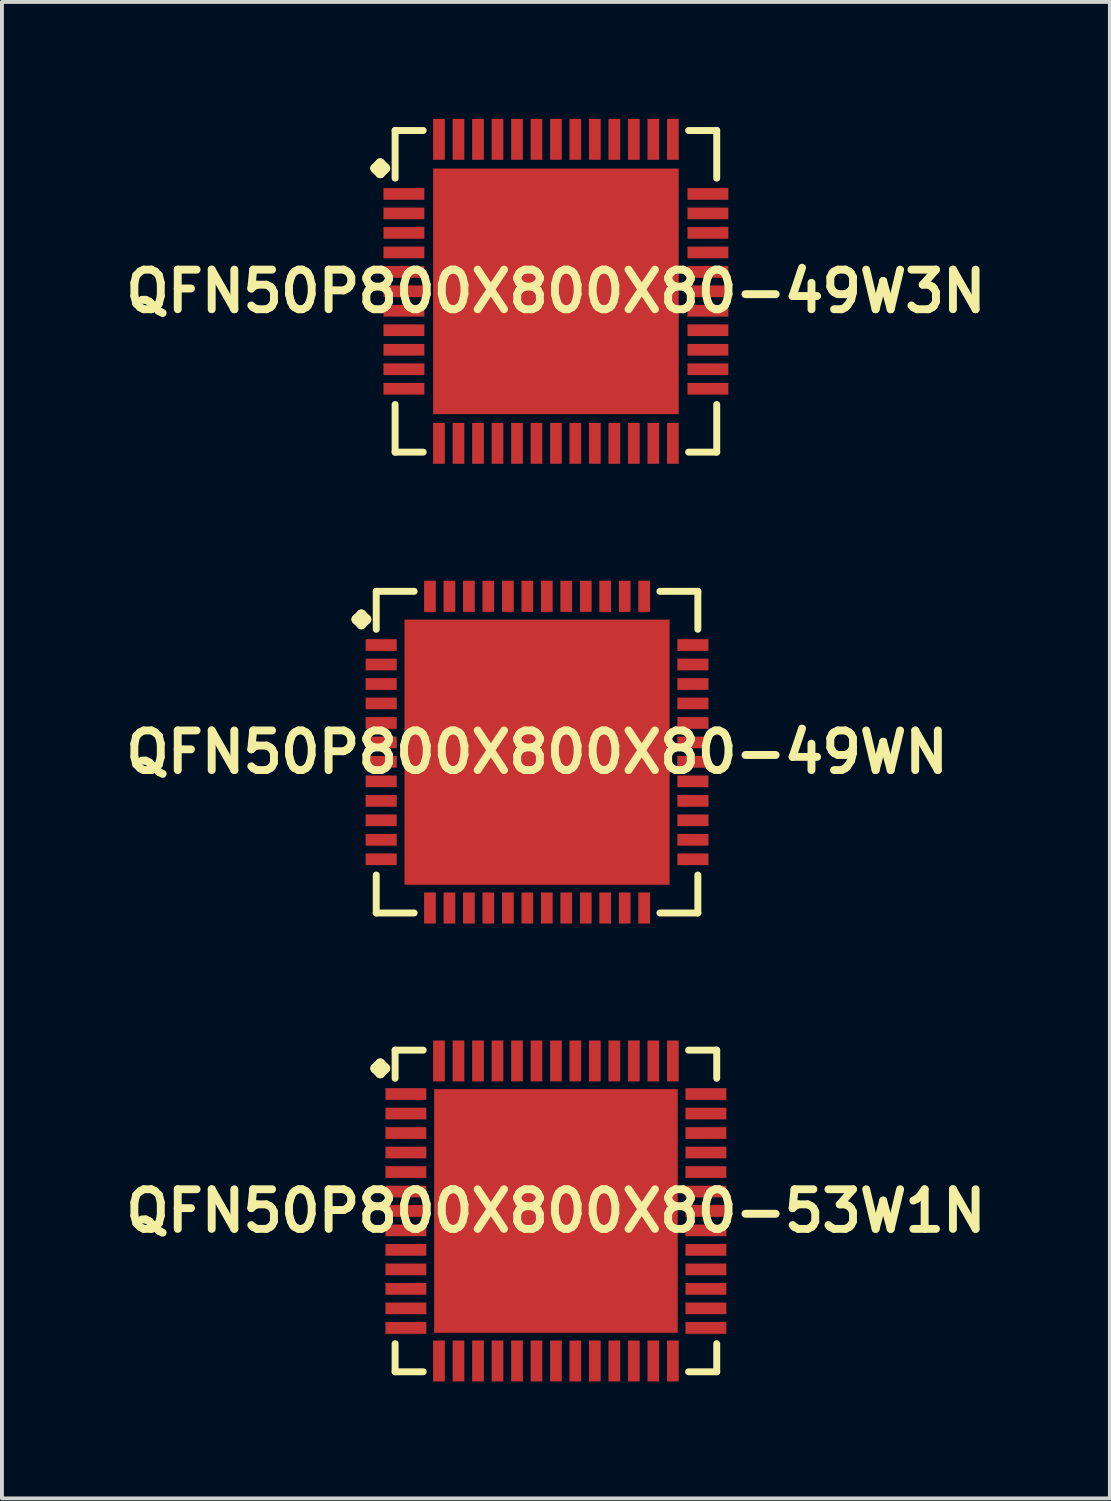
<source format=kicad_pcb>
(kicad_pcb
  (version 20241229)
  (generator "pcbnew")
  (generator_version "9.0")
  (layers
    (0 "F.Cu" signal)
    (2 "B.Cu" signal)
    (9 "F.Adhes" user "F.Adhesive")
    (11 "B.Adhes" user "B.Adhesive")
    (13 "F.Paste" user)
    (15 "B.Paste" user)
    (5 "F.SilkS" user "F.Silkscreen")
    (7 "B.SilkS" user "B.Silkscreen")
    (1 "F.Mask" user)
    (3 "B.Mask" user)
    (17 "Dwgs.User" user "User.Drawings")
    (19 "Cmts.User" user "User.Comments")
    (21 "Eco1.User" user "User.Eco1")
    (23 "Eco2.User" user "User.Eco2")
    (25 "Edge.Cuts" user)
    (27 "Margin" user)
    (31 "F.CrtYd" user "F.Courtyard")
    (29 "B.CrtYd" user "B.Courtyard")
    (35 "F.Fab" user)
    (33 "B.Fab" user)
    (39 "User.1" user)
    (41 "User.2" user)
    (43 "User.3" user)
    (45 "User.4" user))
  (footprint "QFN50P800X800X80-53W1N"
    (layer "F.Cu")
    (at 11.21 28.013)
    (property "Reference" "QFN50P800X800X80-53W1N" (at 0 0 0) (layer "F.SilkS") (effects (font (size 1.016 1.016) (thickness 0.203))))
    (attr smd)
    (fp_line (start -4.633 -3.658) (end -4.506 -3.785) (stroke (width 0.254) (type solid)) (layer "F.SilkS"))
    (fp_line (start -4.506 -3.785) (end -4.379 -3.658) (stroke (width 0.254) (type solid)) (layer "F.SilkS"))
    (fp_line (start -4.506 -3.531) (end -4.633 -3.658) (stroke (width 0.254) (type solid)) (layer "F.SilkS"))
    (fp_line (start -4.379 -3.658) (end -4.506 -3.531) (stroke (width 0.254) (type solid)) (layer "F.SilkS"))
    (fp_line (start -4.125 -4.125) (end -3.404 -4.125) (stroke (width 0.178) (type solid)) (layer "F.SilkS"))
    (fp_line (start -4.125 -3.404) (end -4.125 -4.125) (stroke (width 0.178) (type solid)) (layer "F.SilkS"))
    (fp_line (start -4.125 3.404) (end -4.125 4.125) (stroke (width 0.178) (type solid)) (layer "F.SilkS"))
    (fp_line (start -4.125 4.125) (end -3.404 4.125) (stroke (width 0.178) (type solid)) (layer "F.SilkS"))
    (fp_line (start 3.404 -4.125) (end 4.125 -4.125) (stroke (width 0.178) (type solid)) (layer "F.SilkS"))
    (fp_line (start 3.404 4.125) (end 4.125 4.125) (stroke (width 0.178) (type solid)) (layer "F.SilkS"))
    (fp_line (start 4.125 -4.125) (end 4.125 -3.404) (stroke (width 0.178) (type solid)) (layer "F.SilkS"))
    (fp_line (start 4.125 4.125) (end 4.125 3.404) (stroke (width 0.178) (type solid)) (layer "F.SilkS"))
    (pad "1" smd rect (at -3.848 -3) (size 1.049 0.3) (layers "F.Cu" "F.Mask" "F.Paste"))
    (pad "2" smd rect (at -3.848 -2.499) (size 1.049 0.3) (layers "F.Cu" "F.Mask" "F.Paste"))
    (pad "3" smd rect (at -3.848 -1.999) (size 1.049 0.3) (layers "F.Cu" "F.Mask" "F.Paste"))
    (pad "4" smd rect (at -3.848 -1.499) (size 1.049 0.3) (layers "F.Cu" "F.Mask" "F.Paste"))
    (pad "5" smd rect (at -3.848 -0.998) (size 1.049 0.3) (layers "F.Cu" "F.Mask" "F.Paste"))
    (pad "6" smd rect (at -3.848 -0.498) (size 1.049 0.3) (layers "F.Cu" "F.Mask" "F.Paste"))
    (pad "7" smd rect (at -3.848 0) (size 1.049 0.3) (layers "F.Cu" "F.Mask" "F.Paste"))
    (pad "8" smd rect (at -3.848 0.498) (size 1.049 0.3) (layers "F.Cu" "F.Mask" "F.Paste"))
    (pad "9" smd rect (at -3.848 0.998) (size 1.049 0.3) (layers "F.Cu" "F.Mask" "F.Paste"))
    (pad "10" smd rect (at -3.848 1.499) (size 1.049 0.3) (layers "F.Cu" "F.Mask" "F.Paste"))
    (pad "11" smd rect (at -3.848 1.999) (size 1.049 0.3) (layers "F.Cu" "F.Mask" "F.Paste"))
    (pad "12" smd rect (at -3.848 2.499) (size 1.049 0.3) (layers "F.Cu" "F.Mask" "F.Paste"))
    (pad "13" smd rect (at -3.848 3) (size 1.049 0.3) (layers "F.Cu" "F.Mask" "F.Paste"))
    (pad "14" smd rect (at -3 3.848) (size 0.3 1.049) (layers "F.Cu" "F.Mask" "F.Paste"))
    (pad "15" smd rect (at -2.499 3.848) (size 0.3 1.049) (layers "F.Cu" "F.Mask" "F.Paste"))
    (pad "16" smd rect (at -1.999 3.848) (size 0.3 1.049) (layers "F.Cu" "F.Mask" "F.Paste"))
    (pad "17" smd rect (at -1.499 3.848) (size 0.3 1.049) (layers "F.Cu" "F.Mask" "F.Paste"))
    (pad "18" smd rect (at -0.998 3.848) (size 0.3 1.049) (layers "F.Cu" "F.Mask" "F.Paste"))
    (pad "19" smd rect (at -0.498 3.848) (size 0.3 1.049) (layers "F.Cu" "F.Mask" "F.Paste"))
    (pad "20" smd rect (at 0 3.848) (size 0.3 1.049) (layers "F.Cu" "F.Mask" "F.Paste"))
    (pad "21" smd rect (at 0.498 3.848) (size 0.3 1.049) (layers "F.Cu" "F.Mask" "F.Paste"))
    (pad "22" smd rect (at 0.998 3.848) (size 0.3 1.049) (layers "F.Cu" "F.Mask" "F.Paste"))
    (pad "23" smd rect (at 1.499 3.848) (size 0.3 1.049) (layers "F.Cu" "F.Mask" "F.Paste"))
    (pad "24" smd rect (at 1.999 3.848) (size 0.3 1.049) (layers "F.Cu" "F.Mask" "F.Paste"))
    (pad "25" smd rect (at 2.499 3.848) (size 0.3 1.049) (layers "F.Cu" "F.Mask" "F.Paste"))
    (pad "26" smd rect (at 3 3.848) (size 0.3 1.049) (layers "F.Cu" "F.Mask" "F.Paste"))
    (pad "27" smd rect (at 3.848 3) (size 1.049 0.3) (layers "F.Cu" "F.Mask" "F.Paste"))
    (pad "28" smd rect (at 3.848 2.499) (size 1.049 0.3) (layers "F.Cu" "F.Mask" "F.Paste"))
    (pad "29" smd rect (at 3.848 1.999) (size 1.049 0.3) (layers "F.Cu" "F.Mask" "F.Paste"))
    (pad "30" smd rect (at 3.848 1.499) (size 1.049 0.3) (layers "F.Cu" "F.Mask" "F.Paste"))
    (pad "31" smd rect (at 3.848 0.998) (size 1.049 0.3) (layers "F.Cu" "F.Mask" "F.Paste"))
    (pad "32" smd rect (at 3.848 0.498) (size 1.049 0.3) (layers "F.Cu" "F.Mask" "F.Paste"))
    (pad "33" smd rect (at 3.848 0) (size 1.049 0.3) (layers "F.Cu" "F.Mask" "F.Paste"))
    (pad "34" smd rect (at 3.848 -0.498) (size 1.049 0.3) (layers "F.Cu" "F.Mask" "F.Paste"))
    (pad "35" smd rect (at 3.848 -0.998) (size 1.049 0.3) (layers "F.Cu" "F.Mask" "F.Paste"))
    (pad "36" smd rect (at 3.848 -1.499) (size 1.049 0.3) (layers "F.Cu" "F.Mask" "F.Paste"))
    (pad "37" smd rect (at 3.848 -1.999) (size 1.049 0.3) (layers "F.Cu" "F.Mask" "F.Paste"))
    (pad "38" smd rect (at 3.848 -2.499) (size 1.049 0.3) (layers "F.Cu" "F.Mask" "F.Paste"))
    (pad "39" smd rect (at 3.848 -3) (size 1.049 0.3) (layers "F.Cu" "F.Mask" "F.Paste"))
    (pad "40" smd rect (at 3 -3.848) (size 0.3 1.049) (layers "F.Cu" "F.Mask" "F.Paste"))
    (pad "41" smd rect (at 2.499 -3.848) (size 0.3 1.049) (layers "F.Cu" "F.Mask" "F.Paste"))
    (pad "42" smd rect (at 1.999 -3.848) (size 0.3 1.049) (layers "F.Cu" "F.Mask" "F.Paste"))
    (pad "43" smd rect (at 1.499 -3.848) (size 0.3 1.049) (layers "F.Cu" "F.Mask" "F.Paste"))
    (pad "44" smd rect (at 0.998 -3.848) (size 0.3 1.049) (layers "F.Cu" "F.Mask" "F.Paste"))
    (pad "45" smd rect (at 0.498 -3.848) (size 0.3 1.049) (layers "F.Cu" "F.Mask" "F.Paste"))
    (pad "46" smd rect (at 0 -3.848) (size 0.3 1.049) (layers "F.Cu" "F.Mask" "F.Paste"))
    (pad "47" smd rect (at -0.498 -3.848) (size 0.3 1.049) (layers "F.Cu" "F.Mask" "F.Paste"))
    (pad "48" smd rect (at -0.998 -3.848) (size 0.3 1.049) (layers "F.Cu" "F.Mask" "F.Paste"))
    (pad "49" smd rect (at -1.499 -3.848) (size 0.3 1.049) (layers "F.Cu" "F.Mask" "F.Paste"))
    (pad "50" smd rect (at -1.999 -3.848) (size 0.3 1.049) (layers "F.Cu" "F.Mask" "F.Paste"))
    (pad "51" smd rect (at -2.499 -3.848) (size 0.3 1.049) (layers "F.Cu" "F.Mask" "F.Paste"))
    (pad "52" smd rect (at -3 -3.848) (size 0.3 1.049) (layers "F.Cu" "F.Mask" "F.Paste"))
    (pad "53" smd rect (at 0 0) (size 6.248 6.248) (layers "F.Cu" "F.Mask" "F.Paste")))
  (footprint "QFN50P800X800X80-49W3N"
    (layer "F.Cu")
    (at 11.21 4.423)
    (property "Reference" "QFN50P800X800X80-49W3N" (at 0 0 0) (layer "F.SilkS") (effects (font (size 1.016 1.016) (thickness 0.203))))
    (attr smd)
    (fp_line (start -4.633 -3.157) (end -4.506 -3.284) (stroke (width 0.254) (type solid)) (layer "F.SilkS"))
    (fp_line (start -4.506 -3.284) (end -4.379 -3.157) (stroke (width 0.254) (type solid)) (layer "F.SilkS"))
    (fp_line (start -4.506 -3.03) (end -4.633 -3.157) (stroke (width 0.254) (type solid)) (layer "F.SilkS"))
    (fp_line (start -4.379 -3.157) (end -4.506 -3.03) (stroke (width 0.254) (type solid)) (layer "F.SilkS"))
    (fp_line (start -4.125 -4.125) (end -3.404 -4.125) (stroke (width 0.178) (type solid)) (layer "F.SilkS"))
    (fp_line (start -4.125 -2.903) (end -4.125 -4.125) (stroke (width 0.178) (type solid)) (layer "F.SilkS"))
    (fp_line (start -4.125 2.903) (end -4.125 4.125) (stroke (width 0.178) (type solid)) (layer "F.SilkS"))
    (fp_line (start -4.125 4.125) (end -3.404 4.125) (stroke (width 0.178) (type solid)) (layer "F.SilkS"))
    (fp_line (start 3.404 -4.125) (end 4.125 -4.125) (stroke (width 0.178) (type solid)) (layer "F.SilkS"))
    (fp_line (start 3.404 4.125) (end 4.125 4.125) (stroke (width 0.178) (type solid)) (layer "F.SilkS"))
    (fp_line (start 4.125 -4.125) (end 4.125 -2.903) (stroke (width 0.178) (type solid)) (layer "F.SilkS"))
    (fp_line (start 4.125 4.125) (end 4.125 2.903) (stroke (width 0.178) (type solid)) (layer "F.SilkS"))
    (pad "1" smd rect (at -3.899 -2.499) (size 1.049 0.3) (layers "F.Cu" "F.Mask" "F.Paste"))
    (pad "2" smd rect (at -3.899 -1.999) (size 1.049 0.3) (layers "F.Cu" "F.Mask" "F.Paste"))
    (pad "3" smd rect (at -3.899 -1.499) (size 1.049 0.3) (layers "F.Cu" "F.Mask" "F.Paste"))
    (pad "4" smd rect (at -3.899 -0.998) (size 1.049 0.3) (layers "F.Cu" "F.Mask" "F.Paste"))
    (pad "5" smd rect (at -3.899 -0.498) (size 1.049 0.3) (layers "F.Cu" "F.Mask" "F.Paste"))
    (pad "6" smd rect (at -3.899 0) (size 1.049 0.3) (layers "F.Cu" "F.Mask" "F.Paste"))
    (pad "7" smd rect (at -3.899 0.498) (size 1.049 0.3) (layers "F.Cu" "F.Mask" "F.Paste"))
    (pad "8" smd rect (at -3.899 0.998) (size 1.049 0.3) (layers "F.Cu" "F.Mask" "F.Paste"))
    (pad "9" smd rect (at -3.899 1.499) (size 1.049 0.3) (layers "F.Cu" "F.Mask" "F.Paste"))
    (pad "10" smd rect (at -3.899 1.999) (size 1.049 0.3) (layers "F.Cu" "F.Mask" "F.Paste"))
    (pad "11" smd rect (at -3.899 2.499) (size 1.049 0.3) (layers "F.Cu" "F.Mask" "F.Paste"))
    (pad "12" smd rect (at -3 3.899) (size 0.3 1.049) (layers "F.Cu" "F.Mask" "F.Paste"))
    (pad "13" smd rect (at -2.499 3.899) (size 0.3 1.049) (layers "F.Cu" "F.Mask" "F.Paste"))
    (pad "14" smd rect (at -1.999 3.899) (size 0.3 1.049) (layers "F.Cu" "F.Mask" "F.Paste"))
    (pad "15" smd rect (at -1.499 3.899) (size 0.3 1.049) (layers "F.Cu" "F.Mask" "F.Paste"))
    (pad "16" smd rect (at -0.998 3.899) (size 0.3 1.049) (layers "F.Cu" "F.Mask" "F.Paste"))
    (pad "17" smd rect (at -0.498 3.899) (size 0.3 1.049) (layers "F.Cu" "F.Mask" "F.Paste"))
    (pad "18" smd rect (at 0 3.899) (size 0.3 1.049) (layers "F.Cu" "F.Mask" "F.Paste"))
    (pad "19" smd rect (at 0.498 3.899) (size 0.3 1.049) (layers "F.Cu" "F.Mask" "F.Paste"))
    (pad "20" smd rect (at 0.998 3.899) (size 0.3 1.049) (layers "F.Cu" "F.Mask" "F.Paste"))
    (pad "21" smd rect (at 1.499 3.899) (size 0.3 1.049) (layers "F.Cu" "F.Mask" "F.Paste"))
    (pad "22" smd rect (at 1.999 3.899) (size 0.3 1.049) (layers "F.Cu" "F.Mask" "F.Paste"))
    (pad "23" smd rect (at 2.499 3.899) (size 0.3 1.049) (layers "F.Cu" "F.Mask" "F.Paste"))
    (pad "24" smd rect (at 3 3.899) (size 0.3 1.049) (layers "F.Cu" "F.Mask" "F.Paste"))
    (pad "25" smd rect (at 3.899 2.499) (size 1.049 0.3) (layers "F.Cu" "F.Mask" "F.Paste"))
    (pad "26" smd rect (at 3.899 1.999) (size 1.049 0.3) (layers "F.Cu" "F.Mask" "F.Paste"))
    (pad "27" smd rect (at 3.899 1.499) (size 1.049 0.3) (layers "F.Cu" "F.Mask" "F.Paste"))
    (pad "28" smd rect (at 3.899 0.998) (size 1.049 0.3) (layers "F.Cu" "F.Mask" "F.Paste"))
    (pad "29" smd rect (at 3.899 0.498) (size 1.049 0.3) (layers "F.Cu" "F.Mask" "F.Paste"))
    (pad "30" smd rect (at 3.899 0) (size 1.049 0.3) (layers "F.Cu" "F.Mask" "F.Paste"))
    (pad "31" smd rect (at 3.899 -0.498) (size 1.049 0.3) (layers "F.Cu" "F.Mask" "F.Paste"))
    (pad "32" smd rect (at 3.899 -0.998) (size 1.049 0.3) (layers "F.Cu" "F.Mask" "F.Paste"))
    (pad "33" smd rect (at 3.899 -1.499) (size 1.049 0.3) (layers "F.Cu" "F.Mask" "F.Paste"))
    (pad "34" smd rect (at 3.899 -1.999) (size 1.049 0.3) (layers "F.Cu" "F.Mask" "F.Paste"))
    (pad "35" smd rect (at 3.899 -2.499) (size 1.049 0.3) (layers "F.Cu" "F.Mask" "F.Paste"))
    (pad "36" smd rect (at 3 -3.899) (size 0.3 1.049) (layers "F.Cu" "F.Mask" "F.Paste"))
    (pad "37" smd rect (at 2.499 -3.899) (size 0.3 1.049) (layers "F.Cu" "F.Mask" "F.Paste"))
    (pad "38" smd rect (at 1.999 -3.899) (size 0.3 1.049) (layers "F.Cu" "F.Mask" "F.Paste"))
    (pad "39" smd rect (at 1.499 -3.899) (size 0.3 1.049) (layers "F.Cu" "F.Mask" "F.Paste"))
    (pad "40" smd rect (at 0.998 -3.899) (size 0.3 1.049) (layers "F.Cu" "F.Mask" "F.Paste"))
    (pad "41" smd rect (at 0.498 -3.899) (size 0.3 1.049) (layers "F.Cu" "F.Mask" "F.Paste"))
    (pad "42" smd rect (at 0 -3.899) (size 0.3 1.049) (layers "F.Cu" "F.Mask" "F.Paste"))
    (pad "43" smd rect (at -0.498 -3.899) (size 0.3 1.049) (layers "F.Cu" "F.Mask" "F.Paste"))
    (pad "44" smd rect (at -0.998 -3.899) (size 0.3 1.049) (layers "F.Cu" "F.Mask" "F.Paste"))
    (pad "45" smd rect (at -1.499 -3.899) (size 0.3 1.049) (layers "F.Cu" "F.Mask" "F.Paste"))
    (pad "46" smd rect (at -1.999 -3.899) (size 0.3 1.049) (layers "F.Cu" "F.Mask" "F.Paste"))
    (pad "47" smd rect (at -2.499 -3.899) (size 0.3 1.049) (layers "F.Cu" "F.Mask" "F.Paste"))
    (pad "48" smd rect (at -3 -3.899) (size 0.3 1.049) (layers "F.Cu" "F.Mask" "F.Paste"))
    (pad "49" smd rect (at 0 0) (size 6.299 6.299) (layers "F.Cu" "F.Mask" "F.Paste")))
  (footprint "QFN50P800X800X80-49WN"
    (layer "F.Cu")
    (at 10.726 16.244)
    (property "Reference" "QFN50P800X800X80-49WN" (at 0 0 0) (layer "F.SilkS") (effects (font (size 1.016 1.016) (thickness 0.203))))
    (attr smd)
    (fp_line (start -4.633 -3.406) (end -4.506 -3.533) (stroke (width 0.254) (type solid)) (layer "F.SilkS"))
    (fp_line (start -4.506 -3.533) (end -4.379 -3.406) (stroke (width 0.254) (type solid)) (layer "F.SilkS"))
    (fp_line (start -4.506 -3.279) (end -4.633 -3.406) (stroke (width 0.254) (type solid)) (layer "F.SilkS"))
    (fp_line (start -4.379 -3.406) (end -4.506 -3.279) (stroke (width 0.254) (type solid)) (layer "F.SilkS"))
    (fp_line (start -4.125 -4.125) (end -3.152 -4.125) (stroke (width 0.178) (type solid)) (layer "F.SilkS"))
    (fp_line (start -4.125 -3.152) (end -4.125 -4.125) (stroke (width 0.178) (type solid)) (layer "F.SilkS"))
    (fp_line (start -4.125 3.152) (end -4.125 4.125) (stroke (width 0.178) (type solid)) (layer "F.SilkS"))
    (fp_line (start -4.125 4.125) (end -3.152 4.125) (stroke (width 0.178) (type solid)) (layer "F.SilkS"))
    (fp_line (start 3.152 -4.125) (end 4.125 -4.125) (stroke (width 0.178) (type solid)) (layer "F.SilkS"))
    (fp_line (start 3.152 4.125) (end 4.125 4.125) (stroke (width 0.178) (type solid)) (layer "F.SilkS"))
    (fp_line (start 4.125 -4.125) (end 4.125 -3.152) (stroke (width 0.178) (type solid)) (layer "F.SilkS"))
    (fp_line (start 4.125 4.125) (end 4.125 3.152) (stroke (width 0.178) (type solid)) (layer "F.SilkS"))
    (pad "1" smd rect (at -3.998 -2.748) (size 0.798 0.3) (layers "F.Cu" "F.Mask" "F.Paste"))
    (pad "2" smd rect (at -3.998 -2.248) (size 0.798 0.3) (layers "F.Cu" "F.Mask" "F.Paste"))
    (pad "3" smd rect (at -3.998 -1.748) (size 0.798 0.3) (layers "F.Cu" "F.Mask" "F.Paste"))
    (pad "4" smd rect (at -3.998 -1.25) (size 0.798 0.3) (layers "F.Cu" "F.Mask" "F.Paste"))
    (pad "5" smd rect (at -3.998 -0.749) (size 0.798 0.3) (layers "F.Cu" "F.Mask" "F.Paste"))
    (pad "6" smd rect (at -3.998 -0.249) (size 0.798 0.3) (layers "F.Cu" "F.Mask" "F.Paste"))
    (pad "7" smd rect (at -3.998 0.249) (size 0.798 0.3) (layers "F.Cu" "F.Mask" "F.Paste"))
    (pad "8" smd rect (at -3.998 0.749) (size 0.798 0.3) (layers "F.Cu" "F.Mask" "F.Paste"))
    (pad "9" smd rect (at -3.998 1.25) (size 0.798 0.3) (layers "F.Cu" "F.Mask" "F.Paste"))
    (pad "10" smd rect (at -3.998 1.748) (size 0.798 0.3) (layers "F.Cu" "F.Mask" "F.Paste"))
    (pad "11" smd rect (at -3.998 2.248) (size 0.798 0.3) (layers "F.Cu" "F.Mask" "F.Paste"))
    (pad "12" smd rect (at -3.998 2.748) (size 0.798 0.3) (layers "F.Cu" "F.Mask" "F.Paste"))
    (pad "13" smd rect (at -2.748 3.998) (size 0.3 0.798) (layers "F.Cu" "F.Mask" "F.Paste"))
    (pad "14" smd rect (at -2.248 3.998) (size 0.3 0.798) (layers "F.Cu" "F.Mask" "F.Paste"))
    (pad "15" smd rect (at -1.748 3.998) (size 0.3 0.798) (layers "F.Cu" "F.Mask" "F.Paste"))
    (pad "16" smd rect (at -1.25 3.998) (size 0.3 0.798) (layers "F.Cu" "F.Mask" "F.Paste"))
    (pad "17" smd rect (at -0.749 3.998) (size 0.3 0.798) (layers "F.Cu" "F.Mask" "F.Paste"))
    (pad "18" smd rect (at -0.249 3.998) (size 0.3 0.798) (layers "F.Cu" "F.Mask" "F.Paste"))
    (pad "19" smd rect (at 0.249 3.998) (size 0.3 0.798) (layers "F.Cu" "F.Mask" "F.Paste"))
    (pad "20" smd rect (at 0.749 3.998) (size 0.3 0.798) (layers "F.Cu" "F.Mask" "F.Paste"))
    (pad "21" smd rect (at 1.25 3.998) (size 0.3 0.798) (layers "F.Cu" "F.Mask" "F.Paste"))
    (pad "22" smd rect (at 1.748 3.998) (size 0.3 0.798) (layers "F.Cu" "F.Mask" "F.Paste"))
    (pad "23" smd rect (at 2.248 3.998) (size 0.3 0.798) (layers "F.Cu" "F.Mask" "F.Paste"))
    (pad "24" smd rect (at 2.748 3.998) (size 0.3 0.798) (layers "F.Cu" "F.Mask" "F.Paste"))
    (pad "25" smd rect (at 3.998 2.748) (size 0.798 0.3) (layers "F.Cu" "F.Mask" "F.Paste"))
    (pad "26" smd rect (at 3.998 2.248) (size 0.798 0.3) (layers "F.Cu" "F.Mask" "F.Paste"))
    (pad "27" smd rect (at 3.998 1.748) (size 0.798 0.3) (layers "F.Cu" "F.Mask" "F.Paste"))
    (pad "28" smd rect (at 3.998 1.25) (size 0.798 0.3) (layers "F.Cu" "F.Mask" "F.Paste"))
    (pad "29" smd rect (at 3.998 0.749) (size 0.798 0.3) (layers "F.Cu" "F.Mask" "F.Paste"))
    (pad "30" smd rect (at 3.998 0.249) (size 0.798 0.3) (layers "F.Cu" "F.Mask" "F.Paste"))
    (pad "31" smd rect (at 3.998 -0.249) (size 0.798 0.3) (layers "F.Cu" "F.Mask" "F.Paste"))
    (pad "32" smd rect (at 3.998 -0.749) (size 0.798 0.3) (layers "F.Cu" "F.Mask" "F.Paste"))
    (pad "33" smd rect (at 3.998 -1.25) (size 0.798 0.3) (layers "F.Cu" "F.Mask" "F.Paste"))
    (pad "34" smd rect (at 3.998 -1.748) (size 0.798 0.3) (layers "F.Cu" "F.Mask" "F.Paste"))
    (pad "35" smd rect (at 3.998 -2.248) (size 0.798 0.3) (layers "F.Cu" "F.Mask" "F.Paste"))
    (pad "36" smd rect (at 3.998 -2.748) (size 0.798 0.3) (layers "F.Cu" "F.Mask" "F.Paste"))
    (pad "37" smd rect (at 2.748 -3.998) (size 0.3 0.798) (layers "F.Cu" "F.Mask" "F.Paste"))
    (pad "38" smd rect (at 2.248 -3.998) (size 0.3 0.798) (layers "F.Cu" "F.Mask" "F.Paste"))
    (pad "39" smd rect (at 1.748 -3.998) (size 0.3 0.798) (layers "F.Cu" "F.Mask" "F.Paste"))
    (pad "40" smd rect (at 1.25 -3.998) (size 0.3 0.798) (layers "F.Cu" "F.Mask" "F.Paste"))
    (pad "41" smd rect (at 0.749 -3.998) (size 0.3 0.798) (layers "F.Cu" "F.Mask" "F.Paste"))
    (pad "42" smd rect (at 0.249 -3.998) (size 0.3 0.798) (layers "F.Cu" "F.Mask" "F.Paste"))
    (pad "43" smd rect (at -0.249 -3.998) (size 0.3 0.798) (layers "F.Cu" "F.Mask" "F.Paste"))
    (pad "44" smd rect (at -0.749 -3.998) (size 0.3 0.798) (layers "F.Cu" "F.Mask" "F.Paste"))
    (pad "45" smd rect (at -1.25 -3.998) (size 0.3 0.798) (layers "F.Cu" "F.Mask" "F.Paste"))
    (pad "46" smd rect (at -1.748 -3.998) (size 0.3 0.798) (layers "F.Cu" "F.Mask" "F.Paste"))
    (pad "47" smd rect (at -2.248 -3.998) (size 0.3 0.798) (layers "F.Cu" "F.Mask" "F.Paste"))
    (pad "48" smd rect (at -2.748 -3.998) (size 0.3 0.798) (layers "F.Cu" "F.Mask" "F.Paste"))
    (pad "49" smd rect (at 0 0) (size 6.8 6.8) (layers "F.Cu" "F.Mask" "F.Paste")))
  (gr_rect
    (start -3 -3)
    (end 25.42 35.386)
    (stroke (width 0.1) (type default))
    (fill no)
    (layer "Edge.Cuts")))
</source>
